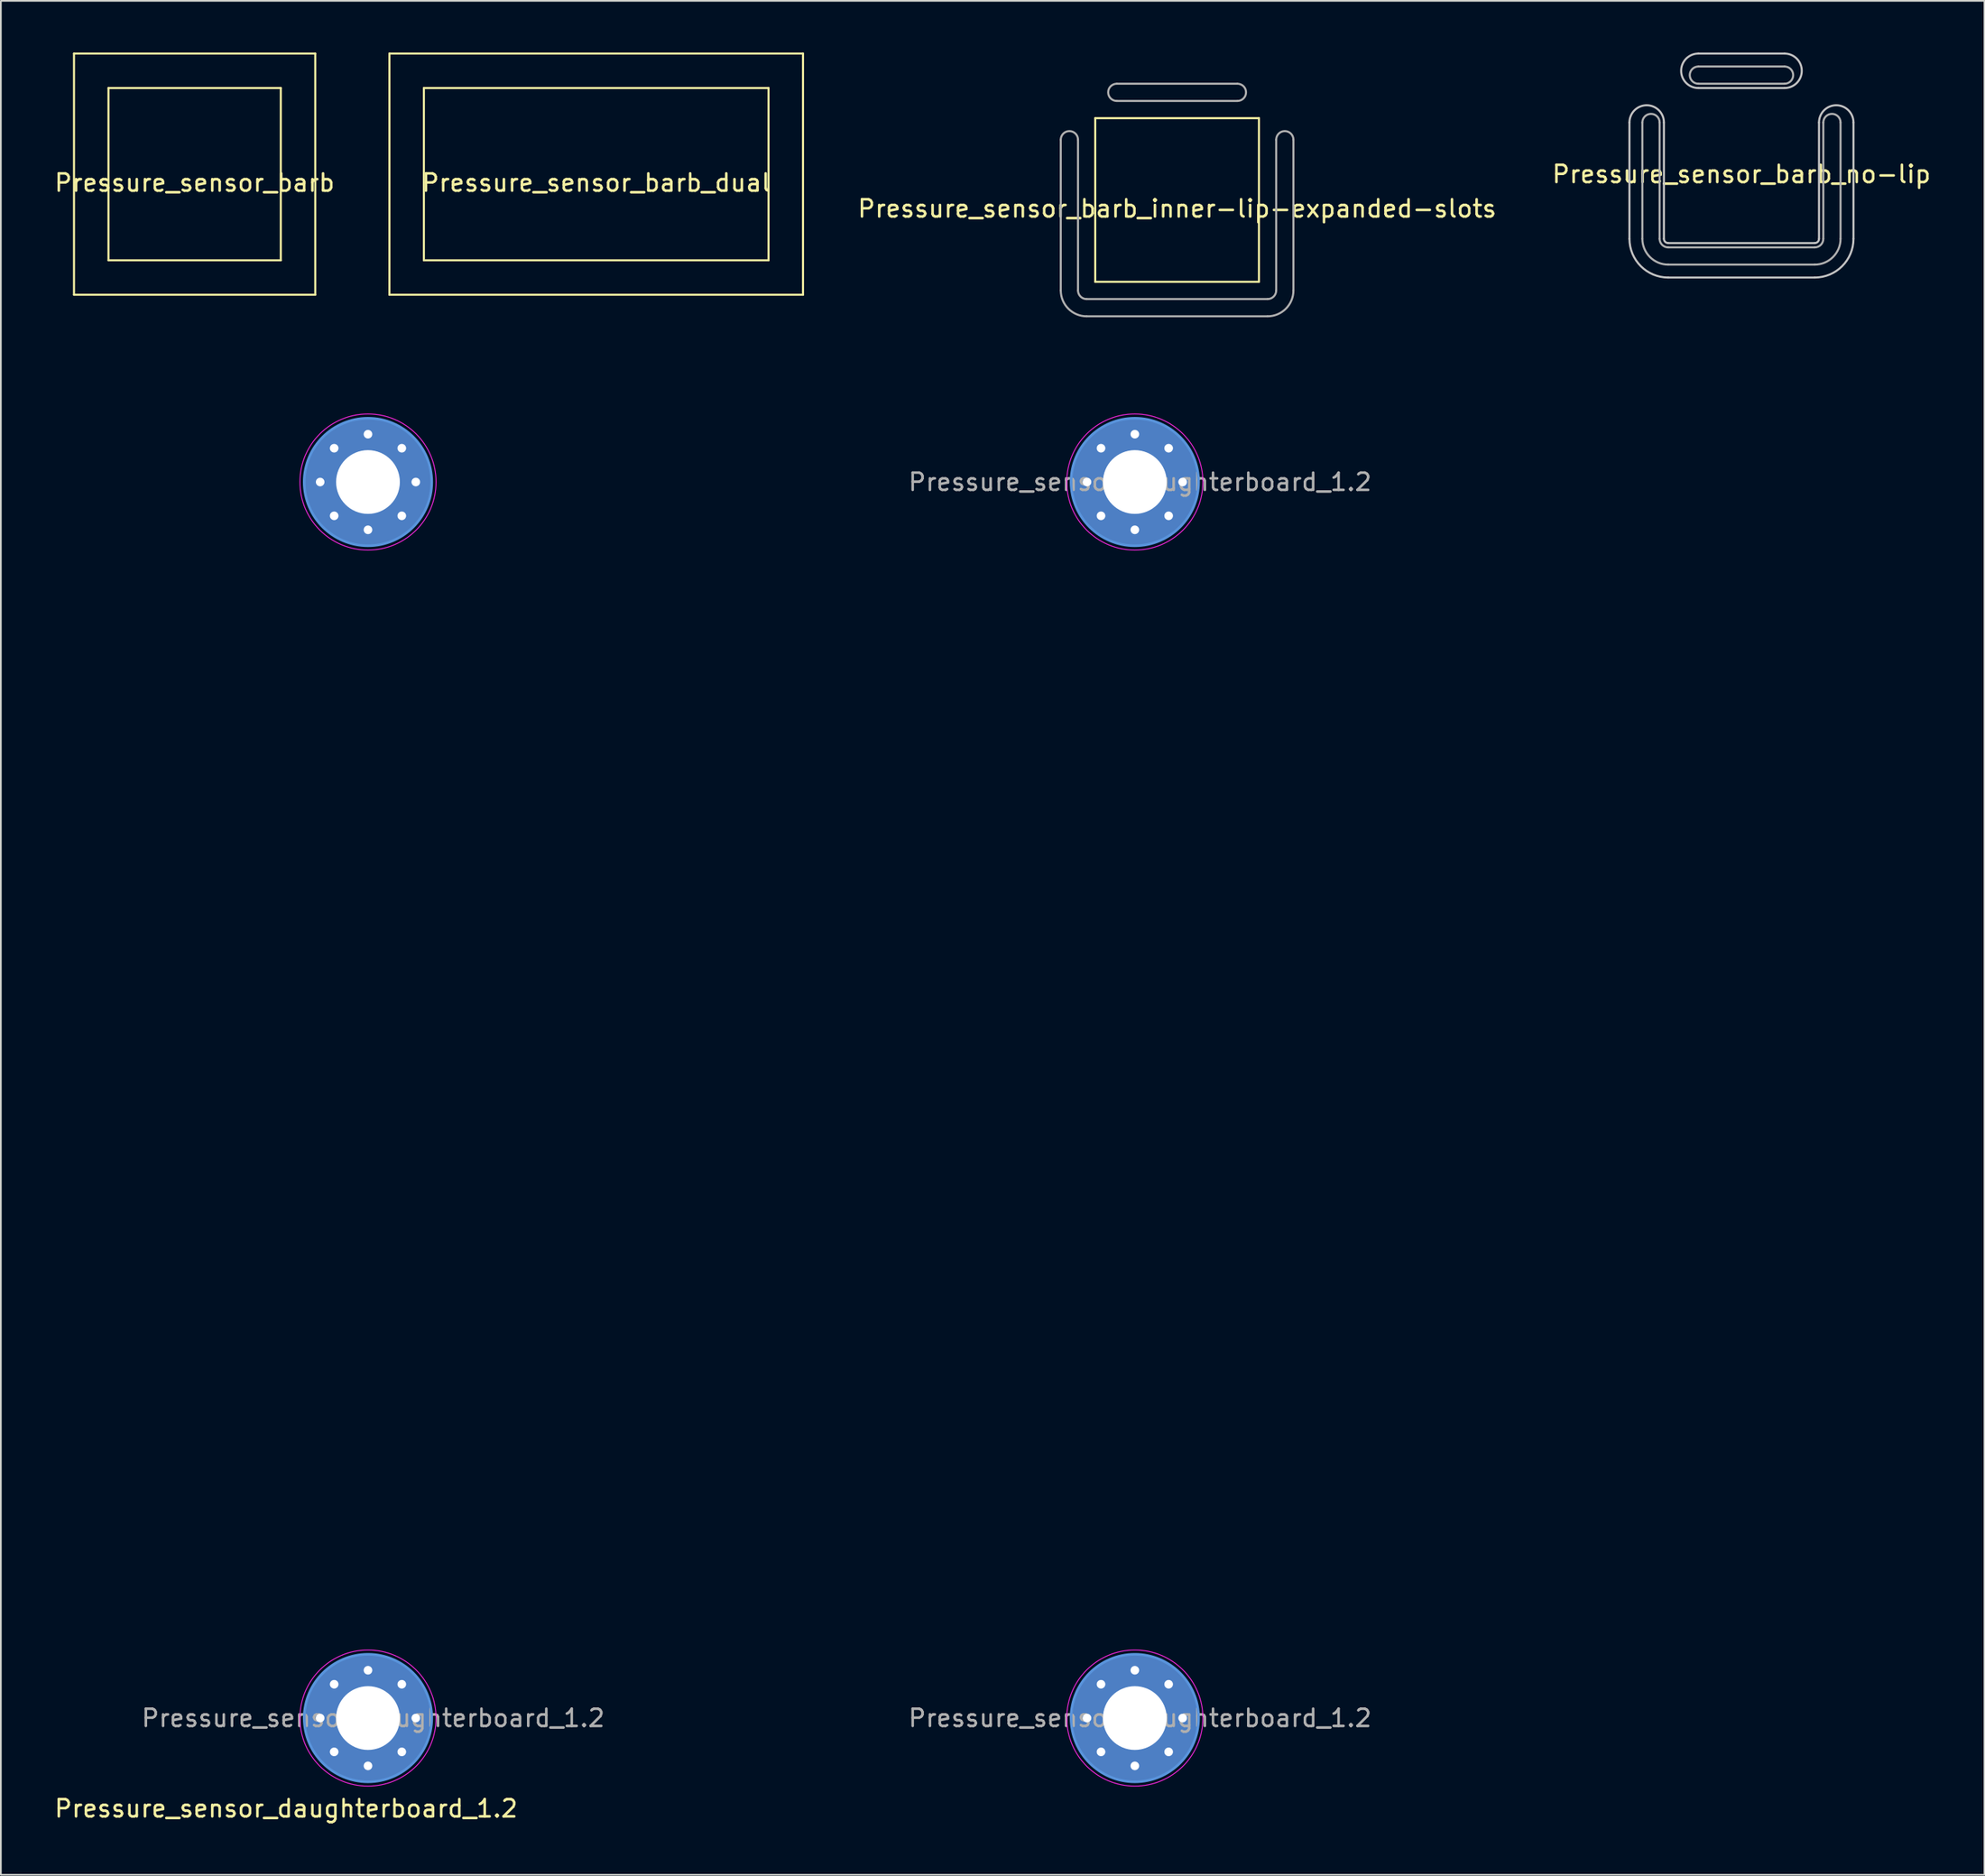
<source format=kicad_pcb>
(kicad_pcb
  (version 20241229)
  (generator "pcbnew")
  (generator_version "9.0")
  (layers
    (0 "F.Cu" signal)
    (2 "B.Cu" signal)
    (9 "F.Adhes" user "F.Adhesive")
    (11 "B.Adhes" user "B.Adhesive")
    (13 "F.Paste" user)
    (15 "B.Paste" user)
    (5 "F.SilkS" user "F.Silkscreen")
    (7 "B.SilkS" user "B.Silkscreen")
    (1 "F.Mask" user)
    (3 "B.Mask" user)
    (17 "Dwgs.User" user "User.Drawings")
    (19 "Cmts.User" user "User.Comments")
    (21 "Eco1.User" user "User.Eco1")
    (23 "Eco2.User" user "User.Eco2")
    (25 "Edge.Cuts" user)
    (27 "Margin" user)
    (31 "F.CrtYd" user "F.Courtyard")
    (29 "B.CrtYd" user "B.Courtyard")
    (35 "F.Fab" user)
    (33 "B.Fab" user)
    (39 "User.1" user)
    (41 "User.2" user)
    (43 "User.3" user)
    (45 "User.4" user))
  (footprint "Pressure_sensor_barb_dual"
    (layer "F.Cu")
    (at 31.548 7.06)
    (property "Reference" "Pressure_sensor_barb_dual" (at 0 0.5 0) (layer "F.SilkS") (effects (font (size 1 1) (thickness 0.15))))
    (attr exclude_from_pos_files exclude_from_bom)
    (fp_line (start -12 -7) (end 12 -7) (stroke (width 0.12) (type solid)) (layer "F.SilkS"))
    (fp_line (start -12 7) (end -12 -7) (stroke (width 0.12) (type solid)) (layer "F.SilkS"))
    (fp_line (start -10 -5) (end 10 -5) (stroke (width 0.12) (type solid)) (layer "F.SilkS"))
    (fp_line (start -10 5) (end -10 -5) (stroke (width 0.12) (type solid)) (layer "F.SilkS"))
    (fp_line (start 10 -5) (end 10 5) (stroke (width 0.12) (type solid)) (layer "F.SilkS"))
    (fp_line (start 10 5) (end -10 5) (stroke (width 0.12) (type solid)) (layer "F.SilkS"))
    (fp_line (start 12 -7) (end 12 7) (stroke (width 0.12) (type solid)) (layer "F.SilkS"))
    (fp_line (start 12 7) (end -12 7) (stroke (width 0.12) (type solid)) (layer "F.SilkS")))
  (footprint "Pressure_sensor_barb_inner-lip-expanded-slots"
    (layer "F.Cu")
    (at 65.257 8.56)
    (property "Reference" "Pressure_sensor_barb_inner-lip-expanded-slots" (at 0 0.5 0) (layer "F.SilkS") (effects (font (size 1 1) (thickness 0.15))))
    (attr exclude_from_pos_files exclude_from_bom)
    (fp_line (start -4.75 -4.75) (end 4.75 -4.75) (stroke (width 0.12) (type solid)) (layer "F.SilkS"))
    (fp_line (start -4.75 4.75) (end -4.75 -4.75) (stroke (width 0.12) (type solid)) (layer "F.SilkS"))
    (fp_line (start -4.75 4.75) (end 4.75 4.75) (stroke (width 0.12) (type solid)) (layer "F.SilkS"))
    (fp_line (start 4.75 4.75) (end 4.75 -4.75) (stroke (width 0.12) (type solid)) (layer "F.SilkS"))
    (fp_line (start -8.5 -3.5) (end -8.5 5.25) (stroke (width 0.12) (type solid)) (layer "Eco1.User"))
    (fp_line (start -5.5 5.25) (end -5.5 -3.5) (stroke (width 0.12) (type solid)) (layer "Eco1.User"))
    (fp_line (start -5.25 5.5) (end 5.25 5.5) (stroke (width 0.12) (type solid)) (layer "Eco1.User"))
    (fp_line (start -5.25 8.5) (end 5.25 8.5) (stroke (width 0.12) (type solid)) (layer "Eco1.User"))
    (fp_line (start -3.5 -8.5) (end 3.5 -8.5) (stroke (width 0.12) (type solid)) (layer "Eco1.User"))
    (fp_line (start -3.5 -5.5) (end 3.5 -5.5) (stroke (width 0.12) (type solid)) (layer "Eco1.User"))
    (fp_line (start 5.5 -3.5) (end 5.5 5.25) (stroke (width 0.12) (type solid)) (layer "Eco1.User"))
    (fp_line (start 8.5 5.25) (end 8.5 -3.5) (stroke (width 0.12) (type solid)) (layer "Eco1.User"))
    (fp_arc (start -8.5 -3.5) (mid -7 -5) (end -5.5 -3.5) (stroke (width 0.12) (type solid)) (layer "Eco1.User"))
    (fp_arc (start -5.25 5.5) (mid -5.426777 5.426777) (end -5.5 5.25) (stroke (width 0.12) (type solid)) (layer "Eco1.User"))
    (fp_arc (start -5.25 8.5) (mid -7.548097 7.548097) (end -8.5 5.25) (stroke (width 0.12) (type solid)) (layer "Eco1.User"))
    (fp_arc (start -3.5 -5.5) (mid -5 -7) (end -3.5 -8.5) (stroke (width 0.12) (type solid)) (layer "Eco1.User"))
    (fp_arc (start 3.5 -8.5) (mid 5 -7) (end 3.5 -5.5) (stroke (width 0.12) (type solid)) (layer "Eco1.User"))
    (fp_arc (start 5.5 -3.5) (mid 7 -5) (end 8.5 -3.5) (stroke (width 0.12) (type solid)) (layer "Eco1.User"))
    (fp_arc (start 5.5 5.25) (mid 5.426777 5.426777) (end 5.25 5.5) (stroke (width 0.12) (type solid)) (layer "Eco1.User"))
    (fp_arc (start 8.5 5.25) (mid 7.548097 7.548097) (end 5.25 8.5) (stroke (width 0.12) (type solid)) (layer "Eco1.User"))
    (fp_line (start -6.75 -3.5) (end -6.75 5.25) (stroke (width 0.12) (type solid)) (layer "F.Fab"))
    (fp_line (start -5.75 5.25) (end -5.75 -3.5) (stroke (width 0.12) (type solid)) (layer "F.Fab"))
    (fp_line (start -5.25 6.75) (end 5.25 6.75) (stroke (width 0.12) (type solid)) (layer "F.Fab"))
    (fp_line (start -3.5 -5.75) (end 3.5 -5.75) (stroke (width 0.12) (type solid)) (layer "F.Fab"))
    (fp_line (start 3.5 -6.75) (end -3.5 -6.75) (stroke (width 0.12) (type solid)) (layer "F.Fab"))
    (fp_line (start 5.25 5.75) (end -5.25 5.75) (stroke (width 0.12) (type solid)) (layer "F.Fab"))
    (fp_line (start 5.75 -3.5) (end 5.75 5.25) (stroke (width 0.12) (type solid)) (layer "F.Fab"))
    (fp_line (start 6.75 5.25) (end 6.75 -3.5) (stroke (width 0.12) (type solid)) (layer "F.Fab"))
    (fp_arc (start -6.75 -3.5) (mid -6.25 -4) (end -5.75 -3.5) (stroke (width 0.12) (type solid)) (layer "F.Fab"))
    (fp_arc (start -5.25 5.75) (mid -5.603553 5.603553) (end -5.75 5.25) (stroke (width 0.12) (type solid)) (layer "F.Fab"))
    (fp_arc (start -5.25 6.75) (mid -6.31066 6.31066) (end -6.75 5.25) (stroke (width 0.12) (type solid)) (layer "F.Fab"))
    (fp_arc (start -3.5 -5.75) (mid -4 -6.25) (end -3.5 -6.75) (stroke (width 0.12) (type solid)) (layer "F.Fab"))
    (fp_arc (start 3.5 -6.75) (mid 4 -6.25) (end 3.5 -5.75) (stroke (width 0.12) (type solid)) (layer "F.Fab"))
    (fp_arc (start 5.75 -3.5) (mid 6.25 -4) (end 6.75 -3.5) (stroke (width 0.12) (type solid)) (layer "F.Fab"))
    (fp_arc (start 5.75 5.25) (mid 5.603553 5.603553) (end 5.25 5.75) (stroke (width 0.12) (type solid)) (layer "F.Fab"))
    (fp_arc (start 6.75 5.25) (mid 6.31066 6.31066) (end 5.25 6.75) (stroke (width 0.12) (type solid)) (layer "F.Fab")))
  (footprint "Pressure_sensor_barb_no-lip"
    (layer "F.Cu")
    (at 98.007 6.56)
    (property "Reference" "Pressure_sensor_barb_no-lip" (at 0 0.5 0) (layer "F.SilkS") (effects (font (size 1 1) (thickness 0.15))))
    (attr exclude_from_pos_files exclude_from_bom)
    (fp_line (start -6.5 -2.5) (end -6.5 4.25) (stroke (width 0.12) (type solid)) (layer "Dwgs.User"))
    (fp_line (start -4.5 4.25) (end -4.5 -2.5) (stroke (width 0.12) (type solid)) (layer "Dwgs.User"))
    (fp_line (start -4.25 4.5) (end 4.25 4.5) (stroke (width 0.12) (type solid)) (layer "Dwgs.User"))
    (fp_line (start -4.25 6.5) (end 4.25 6.5) (stroke (width 0.12) (type solid)) (layer "Dwgs.User"))
    (fp_line (start -2.5 -6.5) (end 2.5 -6.5) (stroke (width 0.12) (type solid)) (layer "Dwgs.User"))
    (fp_line (start -2.5 -4.5) (end 2.5 -4.5) (stroke (width 0.12) (type solid)) (layer "Dwgs.User"))
    (fp_line (start 4.5 -2.5) (end 4.5 4.25) (stroke (width 0.12) (type solid)) (layer "Dwgs.User"))
    (fp_line (start 6.5 4.25) (end 6.5 -2.5) (stroke (width 0.12) (type solid)) (layer "Dwgs.User"))
    (fp_arc (start -6.5 -2.5) (mid -5.5 -3.5) (end -4.5 -2.5) (stroke (width 0.12) (type solid)) (layer "Dwgs.User"))
    (fp_arc (start -4.25 4.5) (mid -4.426777 4.426777) (end -4.5 4.25) (stroke (width 0.12) (type solid)) (layer "Dwgs.User"))
    (fp_arc (start -4.25 6.5) (mid -5.84099 5.84099) (end -6.5 4.25) (stroke (width 0.12) (type solid)) (layer "Dwgs.User"))
    (fp_arc (start -2.5 -4.5) (mid -3.5 -5.5) (end -2.5 -6.5) (stroke (width 0.12) (type solid)) (layer "Dwgs.User"))
    (fp_arc (start 2.5 -6.5) (mid 3.5 -5.5) (end 2.5 -4.5) (stroke (width 0.12) (type solid)) (layer "Dwgs.User"))
    (fp_arc (start 4.5 -2.5) (mid 5.5 -3.5) (end 6.5 -2.5) (stroke (width 0.12) (type solid)) (layer "Dwgs.User"))
    (fp_arc (start 4.5 4.25) (mid 4.426777 4.426777) (end 4.25 4.5) (stroke (width 0.12) (type solid)) (layer "Dwgs.User"))
    (fp_arc (start 6.5 4.25) (mid 5.84099 5.84099) (end 4.25 6.5) (stroke (width 0.12) (type solid)) (layer "Dwgs.User"))
    (fp_line (start -5.75 -2.5) (end -5.75 4.25) (stroke (width 0.12) (type solid)) (layer "F.Fab"))
    (fp_line (start -4.75 4.25) (end -4.75 -2.5) (stroke (width 0.12) (type solid)) (layer "F.Fab"))
    (fp_line (start -4.25 5.75) (end 4.25 5.75) (stroke (width 0.12) (type solid)) (layer "F.Fab"))
    (fp_line (start -2.5 -4.75) (end 2.5 -4.75) (stroke (width 0.12) (type solid)) (layer "F.Fab"))
    (fp_line (start 2.5 -5.75) (end -2.5 -5.75) (stroke (width 0.12) (type solid)) (layer "F.Fab"))
    (fp_line (start 4.25 4.75) (end -4.25 4.75) (stroke (width 0.12) (type solid)) (layer "F.Fab"))
    (fp_line (start 4.75 -2.5) (end 4.75 4.25) (stroke (width 0.12) (type solid)) (layer "F.Fab"))
    (fp_line (start 5.75 4.25) (end 5.75 -2.5) (stroke (width 0.12) (type solid)) (layer "F.Fab"))
    (fp_arc (start -5.75 -2.5) (mid -5.25 -3) (end -4.75 -2.5) (stroke (width 0.12) (type solid)) (layer "F.Fab"))
    (fp_arc (start -4.25 4.75) (mid -4.603553 4.603553) (end -4.75 4.25) (stroke (width 0.12) (type solid)) (layer "F.Fab"))
    (fp_arc (start -4.25 5.75) (mid -5.31066 5.31066) (end -5.75 4.25) (stroke (width 0.12) (type solid)) (layer "F.Fab"))
    (fp_arc (start -2.5 -4.75) (mid -3 -5.25) (end -2.5 -5.75) (stroke (width 0.12) (type solid)) (layer "F.Fab"))
    (fp_arc (start 2.5 -5.75) (mid 3 -5.25) (end 2.5 -4.75) (stroke (width 0.12) (type solid)) (layer "F.Fab"))
    (fp_arc (start 4.75 -2.5) (mid 5.25 -3) (end 5.75 -2.5) (stroke (width 0.12) (type solid)) (layer "F.Fab"))
    (fp_arc (start 4.75 4.25) (mid 4.603553 4.603553) (end 4.25 4.75) (stroke (width 0.12) (type solid)) (layer "F.Fab"))
    (fp_arc (start 5.75 4.25) (mid 5.31066 5.31066) (end 4.25 5.75) (stroke (width 0.12) (type solid)) (layer "F.Fab")))
  (footprint "Pressure_sensor_daughterboard_1.2"
    (layer "F.Cu")
    (at 13.554 101.43)
    (property "Reference" "Pressure_sensor_daughterboard_1.2" (at 0 0.5 0) (layer "F.SilkS") (effects (font (size 1 1) (thickness 0.15))))
    (attr exclude_from_pos_files exclude_from_bom)
    (fp_circle (center 4.75 -76.5) (end 8.45 -76.5) (stroke (width 0.15) (type solid)) (fill no) (layer "Cmts.User"))
    (fp_circle (center 4.75 -4.75) (end 8.45 -4.75) (stroke (width 0.15) (type solid)) (fill no) (layer "Cmts.User"))
    (fp_circle (center 49.25 -76.5) (end 52.95 -76.5) (stroke (width 0.15) (type solid)) (fill no) (layer "Cmts.User"))
    (fp_circle (center 49.25 -4.75) (end 52.95 -4.75) (stroke (width 0.15) (type solid)) (fill no) (layer "Cmts.User"))
    (fp_line (start 0 -81.25) (end 0 0) (stroke (width 0.12) (type solid)) (layer "Eco1.User"))
    (fp_line (start 0 0) (end 54 0) (stroke (width 0.12) (type solid)) (layer "Eco1.User"))
    (fp_line (start 13.75 -42.5) (end 13.75 -38.5) (stroke (width 0.12) (type solid)) (layer "Eco1.User"))
    (fp_line (start 15.766 -40.5) (end 11.734 -40.5) (stroke (width 0.12) (type solid)) (layer "Eco1.User"))
    (fp_line (start 38.234 -40.5) (end 42.25 -40.5) (stroke (width 0.12) (type solid)) (layer "Eco1.User"))
    (fp_line (start 40.25 -42.5) (end 40.25 -42.516) (stroke (width 0.12) (type solid)) (layer "Eco1.User"))
    (fp_line (start 40.25 -42.5) (end 40.25 -38.484) (stroke (width 0.12) (type solid)) (layer "Eco1.User"))
    (fp_line (start 54 -81.25) (end 0 -81.25) (stroke (width 0.12) (type solid)) (layer "Eco1.User"))
    (fp_line (start 54 0) (end 54 -81.25) (stroke (width 0.12) (type solid)) (layer "Eco1.User"))
    (fp_circle (center 13.75 -40.5) (end 14.75 -42.25) (stroke (width 0.12) (type solid)) (fill no) (layer "Eco1.User"))
    (fp_circle (center 40.25 -40.5) (end 42.266 -40.5) (stroke (width 0.12) (type solid)) (fill no) (layer "Eco1.User"))
    (fp_circle (center 4.75 -76.5) (end 8.7 -76.5) (stroke (width 0.05) (type solid)) (fill no) (layer "F.CrtYd"))
    (fp_circle (center 4.75 -4.75) (end 8.7 -4.75) (stroke (width 0.05) (type solid)) (fill no) (layer "F.CrtYd"))
    (fp_circle (center 49.25 -76.5) (end 53.2 -76.5) (stroke (width 0.05) (type solid)) (fill no) (layer "F.CrtYd"))
    (fp_circle (center 49.25 -4.75) (end 53.2 -4.75) (stroke (width 0.05) (type solid)) (fill no) (layer "F.CrtYd"))
    (fp_text user "Pin 1" (at 9 -35.25 0) (layer "Eco1.User") (effects (font (size 1 1) (thickness 0.15))))
    (fp_text user "Connector center" (at 14.5 -44 0) (layer "Eco1.User") (effects (font (size 1 1) (thickness 0.15))))
    (fp_text user "Connector center" (at 40.25 -44 0) (layer "Eco1.User") (effects (font (size 1 1) (thickness 0.15))))
    (fp_text user "Pin 1" (at 35 -35.25 0) (layer "Eco1.User") (effects (font (size 1 1) (thickness 0.15))))
    (fp_text user "${REFERENCE}" (at 49.55 -76.5 0) (layer "F.Fab") (effects (font (size 1 1) (thickness 0.15))))
    (fp_text user "${REFERENCE}" (at 49.55 -4.75 0) (layer "F.Fab") (effects (font (size 1 1) (thickness 0.15))))
    (fp_text user "${REFERENCE}" (at 5.05 -4.75 0) (layer "F.Fab") (effects (font (size 1 1) (thickness 0.15))))
    (pad "1" thru_hole circle (at 1.975 -76.5) (size 0.8 0.8) (drill 0.5) (layers "*.Cu" "*.Mask"))
    (pad "1" thru_hole circle (at 1.975 -4.75) (size 0.8 0.8) (drill 0.5) (layers "*.Cu" "*.Mask"))
    (pad "1" thru_hole circle (at 2.788 -78.462) (size 0.8 0.8) (drill 0.5) (layers "*.Cu" "*.Mask"))
    (pad "1" thru_hole circle (at 2.788 -74.538) (size 0.8 0.8) (drill 0.5) (layers "*.Cu" "*.Mask"))
    (pad "1" thru_hole circle (at 2.788 -6.712) (size 0.8 0.8) (drill 0.5) (layers "*.Cu" "*.Mask"))
    (pad "1" thru_hole circle (at 2.788 -2.788) (size 0.8 0.8) (drill 0.5) (layers "*.Cu" "*.Mask"))
    (pad "1" thru_hole circle (at 4.75 -79.275) (size 0.8 0.8) (drill 0.5) (layers "*.Cu" "*.Mask"))
    (pad "1" thru_hole circle (at 4.75 -76.5) (size 7.4 7.4) (drill 3.7) (layers "*.Cu" "*.Mask"))
    (pad "1" thru_hole circle (at 4.75 -73.725) (size 0.8 0.8) (drill 0.5) (layers "*.Cu" "*.Mask"))
    (pad "1" thru_hole circle (at 4.75 -7.525) (size 0.8 0.8) (drill 0.5) (layers "*.Cu" "*.Mask"))
    (pad "1" thru_hole circle (at 4.75 -4.75) (size 7.4 7.4) (drill 3.7) (layers "*.Cu" "*.Mask"))
    (pad "1" thru_hole circle (at 4.75 -1.975) (size 0.8 0.8) (drill 0.5) (layers "*.Cu" "*.Mask"))
    (pad "1" thru_hole circle (at 6.712 -78.462) (size 0.8 0.8) (drill 0.5) (layers "*.Cu" "*.Mask"))
    (pad "1" thru_hole circle (at 6.712 -74.538) (size 0.8 0.8) (drill 0.5) (layers "*.Cu" "*.Mask"))
    (pad "1" thru_hole circle (at 6.712 -6.712) (size 0.8 0.8) (drill 0.5) (layers "*.Cu" "*.Mask"))
    (pad "1" thru_hole circle (at 6.712 -2.788) (size 0.8 0.8) (drill 0.5) (layers "*.Cu" "*.Mask"))
    (pad "1" thru_hole circle (at 7.525 -76.5) (size 0.8 0.8) (drill 0.5) (layers "*.Cu" "*.Mask"))
    (pad "1" thru_hole circle (at 7.525 -4.75) (size 0.8 0.8) (drill 0.5) (layers "*.Cu" "*.Mask"))
    (pad "1" thru_hole circle (at 46.475 -76.5) (size 0.8 0.8) (drill 0.5) (layers "*.Cu" "*.Mask"))
    (pad "1" thru_hole circle (at 46.475 -4.75) (size 0.8 0.8) (drill 0.5) (layers "*.Cu" "*.Mask"))
    (pad "1" thru_hole circle (at 47.288 -78.462) (size 0.8 0.8) (drill 0.5) (layers "*.Cu" "*.Mask"))
    (pad "1" thru_hole circle (at 47.288 -74.538) (size 0.8 0.8) (drill 0.5) (layers "*.Cu" "*.Mask"))
    (pad "1" thru_hole circle (at 47.288 -6.712) (size 0.8 0.8) (drill 0.5) (layers "*.Cu" "*.Mask"))
    (pad "1" thru_hole circle (at 47.288 -2.788) (size 0.8 0.8) (drill 0.5) (layers "*.Cu" "*.Mask"))
    (pad "1" thru_hole circle (at 49.25 -79.275) (size 0.8 0.8) (drill 0.5) (layers "*.Cu" "*.Mask"))
    (pad "1" thru_hole circle (at 49.25 -76.5) (size 7.4 7.4) (drill 3.7) (layers "*.Cu" "*.Mask"))
    (pad "1" thru_hole circle (at 49.25 -73.725) (size 0.8 0.8) (drill 0.5) (layers "*.Cu" "*.Mask"))
    (pad "1" thru_hole circle (at 49.25 -7.525) (size 0.8 0.8) (drill 0.5) (layers "*.Cu" "*.Mask"))
    (pad "1" thru_hole circle (at 49.25 -4.75) (size 7.4 7.4) (drill 3.7) (layers "*.Cu" "*.Mask"))
    (pad "1" thru_hole circle (at 49.25 -1.975) (size 0.8 0.8) (drill 0.5) (layers "*.Cu" "*.Mask"))
    (pad "1" thru_hole circle (at 51.212 -78.462) (size 0.8 0.8) (drill 0.5) (layers "*.Cu" "*.Mask"))
    (pad "1" thru_hole circle (at 51.212 -74.538) (size 0.8 0.8) (drill 0.5) (layers "*.Cu" "*.Mask"))
    (pad "1" thru_hole circle (at 51.212 -6.712) (size 0.8 0.8) (drill 0.5) (layers "*.Cu" "*.Mask"))
    (pad "1" thru_hole circle (at 51.212 -2.788) (size 0.8 0.8) (drill 0.5) (layers "*.Cu" "*.Mask"))
    (pad "1" thru_hole circle (at 52.025 -76.5) (size 0.8 0.8) (drill 0.5) (layers "*.Cu" "*.Mask"))
    (pad "1" thru_hole circle (at 52.025 -4.75) (size 0.8 0.8) (drill 0.5) (layers "*.Cu" "*.Mask")))
  (footprint "Pressure_sensor_barb"
    (layer "F.Cu")
    (at 8.244 7.06)
    (property "Reference" "Pressure_sensor_barb" (at 0 0.5 0) (layer "F.SilkS") (effects (font (size 1 1) (thickness 0.15))))
    (attr exclude_from_pos_files exclude_from_bom)
    (fp_line (start -7 -7) (end 7 -7) (stroke (width 0.12) (type solid)) (layer "F.SilkS"))
    (fp_line (start -7 7) (end -7 -7) (stroke (width 0.12) (type solid)) (layer "F.SilkS"))
    (fp_line (start -5 -5) (end 5 -5) (stroke (width 0.12) (type solid)) (layer "F.SilkS"))
    (fp_line (start -5 5) (end -5 -5) (stroke (width 0.12) (type solid)) (layer "F.SilkS"))
    (fp_line (start 5 -5) (end 5 5) (stroke (width 0.12) (type solid)) (layer "F.SilkS"))
    (fp_line (start 5 5) (end -5 5) (stroke (width 0.12) (type solid)) (layer "F.SilkS"))
    (fp_line (start 7 -7) (end 7 7) (stroke (width 0.12) (type solid)) (layer "F.SilkS"))
    (fp_line (start 7 7) (end -7 7) (stroke (width 0.12) (type solid)) (layer "F.SilkS")))
  (gr_rect
    (start -3 -3)
    (end 112.108 105.778)
    (stroke (width 0.1) (type default))
    (fill no)
    (layer "Edge.Cuts")))
</source>
